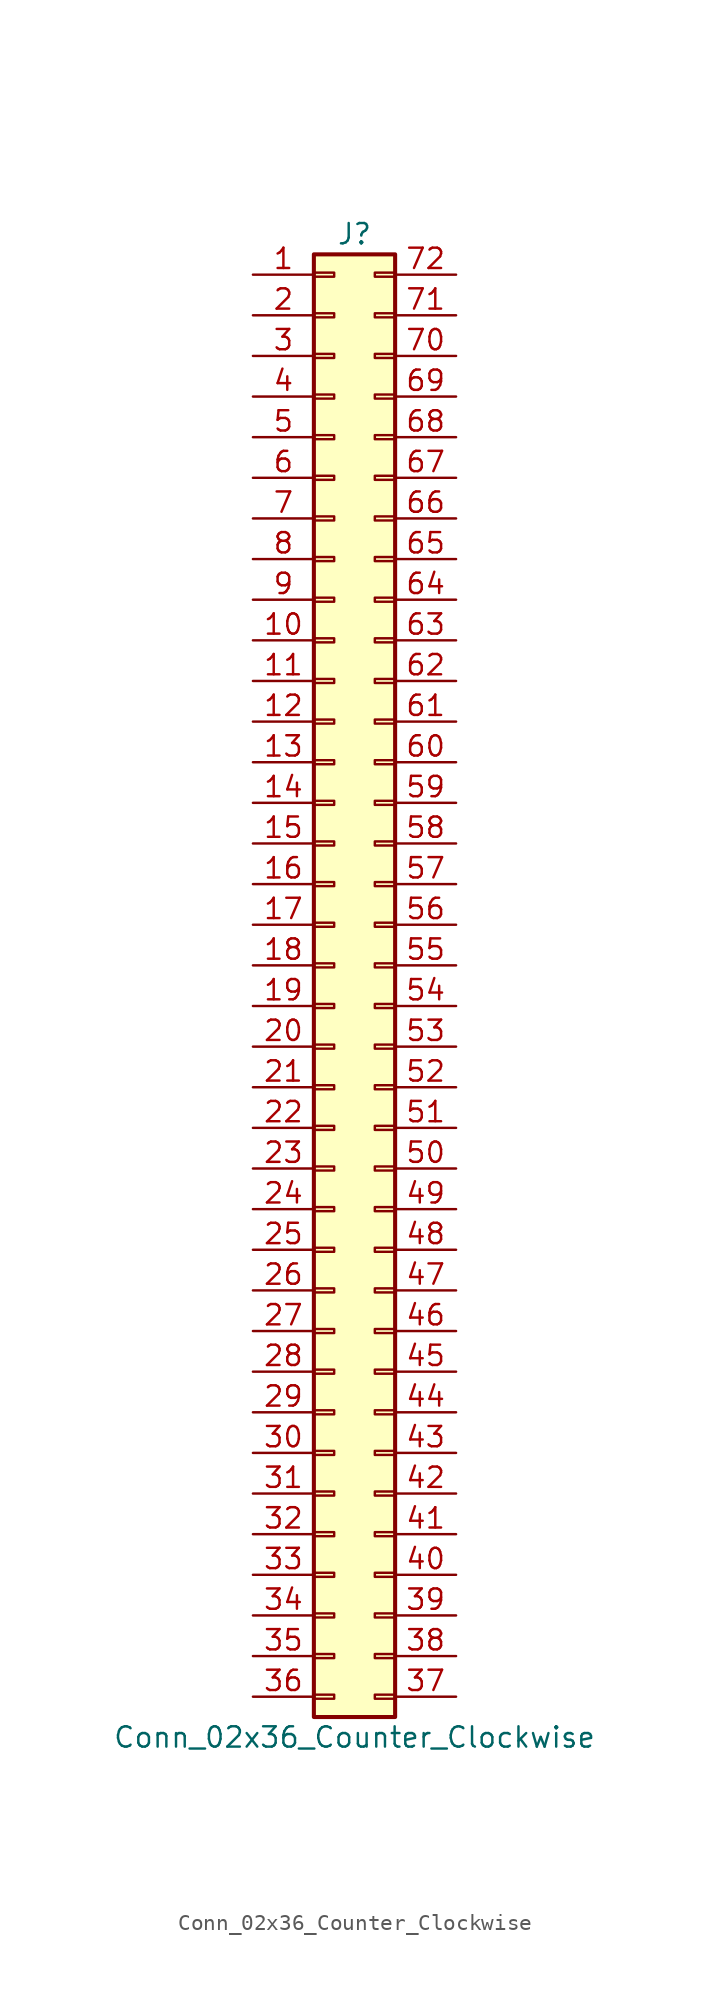
<source format=kicad_sym>
(kicad_symbol_lib
  (version 20220914)
  (generator kicad_symbol_editor)
  (symbol "Conn_02x36_Counter_Clockwise"
    (pin_names
      (offset 1.016) hide)
    (property "Reference" "J"
      (at 1.27 45.72 0)
      (effects (font (size 1.27 1.27))))
    (property "Value" "Conn_02x36_Counter_Clockwise"
      (at 1.27 -48.26 0)
      (effects (font (size 1.27 1.27))))
    (symbol "Conn_02x36_Counter_Clockwise_1_1"
      (rectangle (start -1.27 -45.593) (end 0 -45.847) (stroke (width 0.152) (type solid)) (fill (type none)))
      (rectangle (start -1.27 -43.053) (end 0 -43.307) (stroke (width 0.152) (type solid)) (fill (type none)))
      (rectangle (start -1.27 -40.513) (end 0 -40.767) (stroke (width 0.152) (type solid)) (fill (type none)))
      (rectangle (start -1.27 -37.973) (end 0 -38.227) (stroke (width 0.152) (type solid)) (fill (type none)))
      (rectangle (start -1.27 -35.433) (end 0 -35.687) (stroke (width 0.152) (type solid)) (fill (type none)))
      (rectangle (start -1.27 -32.893) (end 0 -33.147) (stroke (width 0.152) (type solid)) (fill (type none)))
      (rectangle (start -1.27 -30.353) (end 0 -30.607) (stroke (width 0.152) (type solid)) (fill (type none)))
      (rectangle (start -1.27 -27.813) (end 0 -28.067) (stroke (width 0.152) (type solid)) (fill (type none)))
      (rectangle (start -1.27 -25.273) (end 0 -25.527) (stroke (width 0.152) (type solid)) (fill (type none)))
      (rectangle (start -1.27 -22.733) (end 0 -22.987) (stroke (width 0.152) (type solid)) (fill (type none)))
      (rectangle (start -1.27 -20.193) (end 0 -20.447) (stroke (width 0.152) (type solid)) (fill (type none)))
      (rectangle (start -1.27 -17.653) (end 0 -17.907) (stroke (width 0.152) (type solid)) (fill (type none)))
      (rectangle (start -1.27 -15.113) (end 0 -15.367) (stroke (width 0.152) (type solid)) (fill (type none)))
      (rectangle (start -1.27 -12.573) (end 0 -12.827) (stroke (width 0.152) (type solid)) (fill (type none)))
      (rectangle (start -1.27 -10.033) (end 0 -10.287) (stroke (width 0.152) (type solid)) (fill (type none)))
      (rectangle (start -1.27 -7.493) (end 0 -7.747) (stroke (width 0.152) (type solid)) (fill (type none)))
      (rectangle (start -1.27 -4.953) (end 0 -5.207) (stroke (width 0.152) (type solid)) (fill (type none)))
      (rectangle (start -1.27 -2.413) (end 0 -2.667) (stroke (width 0.152) (type solid)) (fill (type none)))
      (rectangle (start -1.27 0.127) (end 0 -0.127) (stroke (width 0.152) (type solid)) (fill (type none)))
      (rectangle (start -1.27 2.667) (end 0 2.413) (stroke (width 0.152) (type solid)) (fill (type none)))
      (rectangle (start -1.27 5.207) (end 0 4.953) (stroke (width 0.152) (type solid)) (fill (type none)))
      (rectangle (start -1.27 7.747) (end 0 7.493) (stroke (width 0.152) (type solid)) (fill (type none)))
      (rectangle (start -1.27 10.287) (end 0 10.033) (stroke (width 0.152) (type solid)) (fill (type none)))
      (rectangle (start -1.27 12.827) (end 0 12.573) (stroke (width 0.152) (type solid)) (fill (type none)))
      (rectangle (start -1.27 15.367) (end 0 15.113) (stroke (width 0.152) (type solid)) (fill (type none)))
      (rectangle (start -1.27 17.907) (end 0 17.653) (stroke (width 0.152) (type solid)) (fill (type none)))
      (rectangle (start -1.27 20.447) (end 0 20.193) (stroke (width 0.152) (type solid)) (fill (type none)))
      (rectangle (start -1.27 22.987) (end 0 22.733) (stroke (width 0.152) (type solid)) (fill (type none)))
      (rectangle (start -1.27 25.527) (end 0 25.273) (stroke (width 0.152) (type solid)) (fill (type none)))
      (rectangle (start -1.27 28.067) (end 0 27.813) (stroke (width 0.152) (type solid)) (fill (type none)))
      (rectangle (start -1.27 30.607) (end 0 30.353) (stroke (width 0.152) (type solid)) (fill (type none)))
      (rectangle (start -1.27 33.147) (end 0 32.893) (stroke (width 0.152) (type solid)) (fill (type none)))
      (rectangle (start -1.27 35.687) (end 0 35.433) (stroke (width 0.152) (type solid)) (fill (type none)))
      (rectangle (start -1.27 38.227) (end 0 37.973) (stroke (width 0.152) (type solid)) (fill (type none)))
      (rectangle (start -1.27 40.767) (end 0 40.513) (stroke (width 0.152) (type solid)) (fill (type none)))
      (rectangle (start -1.27 43.307) (end 0 43.053) (stroke (width 0.152) (type solid)) (fill (type none)))
      (rectangle (start -1.27 44.45) (end 3.81 -46.99) (stroke (width 0.254) (type solid)) (fill (type background)))
      (rectangle (start 3.81 -45.593) (end 2.54 -45.847) (stroke (width 0.152) (type solid)) (fill (type none)))
      (rectangle (start 3.81 -43.053) (end 2.54 -43.307) (stroke (width 0.152) (type solid)) (fill (type none)))
      (rectangle (start 3.81 -40.513) (end 2.54 -40.767) (stroke (width 0.152) (type solid)) (fill (type none)))
      (rectangle (start 3.81 -37.973) (end 2.54 -38.227) (stroke (width 0.152) (type solid)) (fill (type none)))
      (rectangle (start 3.81 -35.433) (end 2.54 -35.687) (stroke (width 0.152) (type solid)) (fill (type none)))
      (rectangle (start 3.81 -32.893) (end 2.54 -33.147) (stroke (width 0.152) (type solid)) (fill (type none)))
      (rectangle (start 3.81 -30.353) (end 2.54 -30.607) (stroke (width 0.152) (type solid)) (fill (type none)))
      (rectangle (start 3.81 -27.813) (end 2.54 -28.067) (stroke (width 0.152) (type solid)) (fill (type none)))
      (rectangle (start 3.81 -25.273) (end 2.54 -25.527) (stroke (width 0.152) (type solid)) (fill (type none)))
      (rectangle (start 3.81 -22.733) (end 2.54 -22.987) (stroke (width 0.152) (type solid)) (fill (type none)))
      (rectangle (start 3.81 -20.193) (end 2.54 -20.447) (stroke (width 0.152) (type solid)) (fill (type none)))
      (rectangle (start 3.81 -17.653) (end 2.54 -17.907) (stroke (width 0.152) (type solid)) (fill (type none)))
      (rectangle (start 3.81 -15.113) (end 2.54 -15.367) (stroke (width 0.152) (type solid)) (fill (type none)))
      (rectangle (start 3.81 -12.573) (end 2.54 -12.827) (stroke (width 0.152) (type solid)) (fill (type none)))
      (rectangle (start 3.81 -10.033) (end 2.54 -10.287) (stroke (width 0.152) (type solid)) (fill (type none)))
      (rectangle (start 3.81 -7.493) (end 2.54 -7.747) (stroke (width 0.152) (type solid)) (fill (type none)))
      (rectangle (start 3.81 -4.953) (end 2.54 -5.207) (stroke (width 0.152) (type solid)) (fill (type none)))
      (rectangle (start 3.81 -2.413) (end 2.54 -2.667) (stroke (width 0.152) (type solid)) (fill (type none)))
      (rectangle (start 3.81 0.127) (end 2.54 -0.127) (stroke (width 0.152) (type solid)) (fill (type none)))
      (rectangle (start 3.81 2.667) (end 2.54 2.413) (stroke (width 0.152) (type solid)) (fill (type none)))
      (rectangle (start 3.81 5.207) (end 2.54 4.953) (stroke (width 0.152) (type solid)) (fill (type none)))
      (rectangle (start 3.81 7.747) (end 2.54 7.493) (stroke (width 0.152) (type solid)) (fill (type none)))
      (rectangle (start 3.81 10.287) (end 2.54 10.033) (stroke (width 0.152) (type solid)) (fill (type none)))
      (rectangle (start 3.81 12.827) (end 2.54 12.573) (stroke (width 0.152) (type solid)) (fill (type none)))
      (rectangle (start 3.81 15.367) (end 2.54 15.113) (stroke (width 0.152) (type solid)) (fill (type none)))
      (rectangle (start 3.81 17.907) (end 2.54 17.653) (stroke (width 0.152) (type solid)) (fill (type none)))
      (rectangle (start 3.81 20.447) (end 2.54 20.193) (stroke (width 0.152) (type solid)) (fill (type none)))
      (rectangle (start 3.81 22.987) (end 2.54 22.733) (stroke (width 0.152) (type solid)) (fill (type none)))
      (rectangle (start 3.81 25.527) (end 2.54 25.273) (stroke (width 0.152) (type solid)) (fill (type none)))
      (rectangle (start 3.81 28.067) (end 2.54 27.813) (stroke (width 0.152) (type solid)) (fill (type none)))
      (rectangle (start 3.81 30.607) (end 2.54 30.353) (stroke (width 0.152) (type solid)) (fill (type none)))
      (rectangle (start 3.81 33.147) (end 2.54 32.893) (stroke (width 0.152) (type solid)) (fill (type none)))
      (rectangle (start 3.81 35.687) (end 2.54 35.433) (stroke (width 0.152) (type solid)) (fill (type none)))
      (rectangle (start 3.81 38.227) (end 2.54 37.973) (stroke (width 0.152) (type solid)) (fill (type none)))
      (rectangle (start 3.81 40.767) (end 2.54 40.513) (stroke (width 0.152) (type solid)) (fill (type none)))
      (rectangle (start 3.81 43.307) (end 2.54 43.053) (stroke (width 0.152) (type solid)) (fill (type none)))
      (pin passive line (at -5.08 43.18 0) (length 3.81) (name "Pin_1" (effects (font (size 1.27 1.27)))) (number "1" (effects (font (size 1.27 1.27)))))
      (pin passive line (at -5.08 20.32 0) (length 3.81) (name "Pin_10" (effects (font (size 1.27 1.27)))) (number "10" (effects (font (size 1.27 1.27)))))
      (pin passive line (at -5.08 17.78 0) (length 3.81) (name "Pin_11" (effects (font (size 1.27 1.27)))) (number "11" (effects (font (size 1.27 1.27)))))
      (pin passive line (at -5.08 15.24 0) (length 3.81) (name "Pin_12" (effects (font (size 1.27 1.27)))) (number "12" (effects (font (size 1.27 1.27)))))
      (pin passive line (at -5.08 12.7 0) (length 3.81) (name "Pin_13" (effects (font (size 1.27 1.27)))) (number "13" (effects (font (size 1.27 1.27)))))
      (pin passive line (at -5.08 10.16 0) (length 3.81) (name "Pin_14" (effects (font (size 1.27 1.27)))) (number "14" (effects (font (size 1.27 1.27)))))
      (pin passive line (at -5.08 7.62 0) (length 3.81) (name "Pin_15" (effects (font (size 1.27 1.27)))) (number "15" (effects (font (size 1.27 1.27)))))
      (pin passive line (at -5.08 5.08 0) (length 3.81) (name "Pin_16" (effects (font (size 1.27 1.27)))) (number "16" (effects (font (size 1.27 1.27)))))
      (pin passive line (at -5.08 2.54 0) (length 3.81) (name "Pin_17" (effects (font (size 1.27 1.27)))) (number "17" (effects (font (size 1.27 1.27)))))
      (pin passive line (at -5.08 0 0) (length 3.81) (name "Pin_18" (effects (font (size 1.27 1.27)))) (number "18" (effects (font (size 1.27 1.27)))))
      (pin passive line (at -5.08 -2.54 0) (length 3.81) (name "Pin_19" (effects (font (size 1.27 1.27)))) (number "19" (effects (font (size 1.27 1.27)))))
      (pin passive line (at -5.08 40.64 0) (length 3.81) (name "Pin_2" (effects (font (size 1.27 1.27)))) (number "2" (effects (font (size 1.27 1.27)))))
      (pin passive line (at -5.08 -5.08 0) (length 3.81) (name "Pin_20" (effects (font (size 1.27 1.27)))) (number "20" (effects (font (size 1.27 1.27)))))
      (pin passive line (at -5.08 -7.62 0) (length 3.81) (name "Pin_21" (effects (font (size 1.27 1.27)))) (number "21" (effects (font (size 1.27 1.27)))))
      (pin passive line (at -5.08 -10.16 0) (length 3.81) (name "Pin_22" (effects (font (size 1.27 1.27)))) (number "22" (effects (font (size 1.27 1.27)))))
      (pin passive line (at -5.08 -12.7 0) (length 3.81) (name "Pin_23" (effects (font (size 1.27 1.27)))) (number "23" (effects (font (size 1.27 1.27)))))
      (pin passive line (at -5.08 -15.24 0) (length 3.81) (name "Pin_24" (effects (font (size 1.27 1.27)))) (number "24" (effects (font (size 1.27 1.27)))))
      (pin passive line (at -5.08 -17.78 0) (length 3.81) (name "Pin_25" (effects (font (size 1.27 1.27)))) (number "25" (effects (font (size 1.27 1.27)))))
      (pin passive line (at -5.08 -20.32 0) (length 3.81) (name "Pin_26" (effects (font (size 1.27 1.27)))) (number "26" (effects (font (size 1.27 1.27)))))
      (pin passive line (at -5.08 -22.86 0) (length 3.81) (name "Pin_27" (effects (font (size 1.27 1.27)))) (number "27" (effects (font (size 1.27 1.27)))))
      (pin passive line (at -5.08 -25.4 0) (length 3.81) (name "Pin_28" (effects (font (size 1.27 1.27)))) (number "28" (effects (font (size 1.27 1.27)))))
      (pin passive line (at -5.08 -27.94 0) (length 3.81) (name "Pin_29" (effects (font (size 1.27 1.27)))) (number "29" (effects (font (size 1.27 1.27)))))
      (pin passive line (at -5.08 38.1 0) (length 3.81) (name "Pin_3" (effects (font (size 1.27 1.27)))) (number "3" (effects (font (size 1.27 1.27)))))
      (pin passive line (at -5.08 -30.48 0) (length 3.81) (name "Pin_30" (effects (font (size 1.27 1.27)))) (number "30" (effects (font (size 1.27 1.27)))))
      (pin passive line (at -5.08 -33.02 0) (length 3.81) (name "Pin_31" (effects (font (size 1.27 1.27)))) (number "31" (effects (font (size 1.27 1.27)))))
      (pin passive line (at -5.08 -35.56 0) (length 3.81) (name "Pin_32" (effects (font (size 1.27 1.27)))) (number "32" (effects (font (size 1.27 1.27)))))
      (pin passive line (at -5.08 -38.1 0) (length 3.81) (name "Pin_33" (effects (font (size 1.27 1.27)))) (number "33" (effects (font (size 1.27 1.27)))))
      (pin passive line (at -5.08 -40.64 0) (length 3.81) (name "Pin_34" (effects (font (size 1.27 1.27)))) (number "34" (effects (font (size 1.27 1.27)))))
      (pin passive line (at -5.08 -43.18 0) (length 3.81) (name "Pin_35" (effects (font (size 1.27 1.27)))) (number "35" (effects (font (size 1.27 1.27)))))
      (pin passive line (at -5.08 -45.72 0) (length 3.81) (name "Pin_36" (effects (font (size 1.27 1.27)))) (number "36" (effects (font (size 1.27 1.27)))))
      (pin passive line (at 7.62 -45.72 180) (length 3.81) (name "Pin_37" (effects (font (size 1.27 1.27)))) (number "37" (effects (font (size 1.27 1.27)))))
      (pin passive line (at 7.62 -43.18 180) (length 3.81) (name "Pin_38" (effects (font (size 1.27 1.27)))) (number "38" (effects (font (size 1.27 1.27)))))
      (pin passive line (at 7.62 -40.64 180) (length 3.81) (name "Pin_39" (effects (font (size 1.27 1.27)))) (number "39" (effects (font (size 1.27 1.27)))))
      (pin passive line (at -5.08 35.56 0) (length 3.81) (name "Pin_4" (effects (font (size 1.27 1.27)))) (number "4" (effects (font (size 1.27 1.27)))))
      (pin passive line (at 7.62 -38.1 180) (length 3.81) (name "Pin_40" (effects (font (size 1.27 1.27)))) (number "40" (effects (font (size 1.27 1.27)))))
      (pin passive line (at 7.62 -35.56 180) (length 3.81) (name "Pin_41" (effects (font (size 1.27 1.27)))) (number "41" (effects (font (size 1.27 1.27)))))
      (pin passive line (at 7.62 -33.02 180) (length 3.81) (name "Pin_42" (effects (font (size 1.27 1.27)))) (number "42" (effects (font (size 1.27 1.27)))))
      (pin passive line (at 7.62 -30.48 180) (length 3.81) (name "Pin_43" (effects (font (size 1.27 1.27)))) (number "43" (effects (font (size 1.27 1.27)))))
      (pin passive line (at 7.62 -27.94 180) (length 3.81) (name "Pin_44" (effects (font (size 1.27 1.27)))) (number "44" (effects (font (size 1.27 1.27)))))
      (pin passive line (at 7.62 -25.4 180) (length 3.81) (name "Pin_45" (effects (font (size 1.27 1.27)))) (number "45" (effects (font (size 1.27 1.27)))))
      (pin passive line (at 7.62 -22.86 180) (length 3.81) (name "Pin_46" (effects (font (size 1.27 1.27)))) (number "46" (effects (font (size 1.27 1.27)))))
      (pin passive line (at 7.62 -20.32 180) (length 3.81) (name "Pin_47" (effects (font (size 1.27 1.27)))) (number "47" (effects (font (size 1.27 1.27)))))
      (pin passive line (at 7.62 -17.78 180) (length 3.81) (name "Pin_48" (effects (font (size 1.27 1.27)))) (number "48" (effects (font (size 1.27 1.27)))))
      (pin passive line (at 7.62 -15.24 180) (length 3.81) (name "Pin_49" (effects (font (size 1.27 1.27)))) (number "49" (effects (font (size 1.27 1.27)))))
      (pin passive line (at -5.08 33.02 0) (length 3.81) (name "Pin_5" (effects (font (size 1.27 1.27)))) (number "5" (effects (font (size 1.27 1.27)))))
      (pin passive line (at 7.62 -12.7 180) (length 3.81) (name "Pin_50" (effects (font (size 1.27 1.27)))) (number "50" (effects (font (size 1.27 1.27)))))
      (pin passive line (at 7.62 -10.16 180) (length 3.81) (name "Pin_51" (effects (font (size 1.27 1.27)))) (number "51" (effects (font (size 1.27 1.27)))))
      (pin passive line (at 7.62 -7.62 180) (length 3.81) (name "Pin_52" (effects (font (size 1.27 1.27)))) (number "52" (effects (font (size 1.27 1.27)))))
      (pin passive line (at 7.62 -5.08 180) (length 3.81) (name "Pin_53" (effects (font (size 1.27 1.27)))) (number "53" (effects (font (size 1.27 1.27)))))
      (pin passive line (at 7.62 -2.54 180) (length 3.81) (name "Pin_54" (effects (font (size 1.27 1.27)))) (number "54" (effects (font (size 1.27 1.27)))))
      (pin passive line (at 7.62 0 180) (length 3.81) (name "Pin_55" (effects (font (size 1.27 1.27)))) (number "55" (effects (font (size 1.27 1.27)))))
      (pin passive line (at 7.62 2.54 180) (length 3.81) (name "Pin_56" (effects (font (size 1.27 1.27)))) (number "56" (effects (font (size 1.27 1.27)))))
      (pin passive line (at 7.62 5.08 180) (length 3.81) (name "Pin_57" (effects (font (size 1.27 1.27)))) (number "57" (effects (font (size 1.27 1.27)))))
      (pin passive line (at 7.62 7.62 180) (length 3.81) (name "Pin_58" (effects (font (size 1.27 1.27)))) (number "58" (effects (font (size 1.27 1.27)))))
      (pin passive line (at 7.62 10.16 180) (length 3.81) (name "Pin_59" (effects (font (size 1.27 1.27)))) (number "59" (effects (font (size 1.27 1.27)))))
      (pin passive line (at -5.08 30.48 0) (length 3.81) (name "Pin_6" (effects (font (size 1.27 1.27)))) (number "6" (effects (font (size 1.27 1.27)))))
      (pin passive line (at 7.62 12.7 180) (length 3.81) (name "Pin_60" (effects (font (size 1.27 1.27)))) (number "60" (effects (font (size 1.27 1.27)))))
      (pin passive line (at 7.62 15.24 180) (length 3.81) (name "Pin_61" (effects (font (size 1.27 1.27)))) (number "61" (effects (font (size 1.27 1.27)))))
      (pin passive line (at 7.62 17.78 180) (length 3.81) (name "Pin_62" (effects (font (size 1.27 1.27)))) (number "62" (effects (font (size 1.27 1.27)))))
      (pin passive line (at 7.62 20.32 180) (length 3.81) (name "Pin_63" (effects (font (size 1.27 1.27)))) (number "63" (effects (font (size 1.27 1.27)))))
      (pin passive line (at 7.62 22.86 180) (length 3.81) (name "Pin_64" (effects (font (size 1.27 1.27)))) (number "64" (effects (font (size 1.27 1.27)))))
      (pin passive line (at 7.62 25.4 180) (length 3.81) (name "Pin_65" (effects (font (size 1.27 1.27)))) (number "65" (effects (font (size 1.27 1.27)))))
      (pin passive line (at 7.62 27.94 180) (length 3.81) (name "Pin_66" (effects (font (size 1.27 1.27)))) (number "66" (effects (font (size 1.27 1.27)))))
      (pin passive line (at 7.62 30.48 180) (length 3.81) (name "Pin_67" (effects (font (size 1.27 1.27)))) (number "67" (effects (font (size 1.27 1.27)))))
      (pin passive line (at 7.62 33.02 180) (length 3.81) (name "Pin_68" (effects (font (size 1.27 1.27)))) (number "68" (effects (font (size 1.27 1.27)))))
      (pin passive line (at 7.62 35.56 180) (length 3.81) (name "Pin_69" (effects (font (size 1.27 1.27)))) (number "69" (effects (font (size 1.27 1.27)))))
      (pin passive line (at -5.08 27.94 0) (length 3.81) (name "Pin_7" (effects (font (size 1.27 1.27)))) (number "7" (effects (font (size 1.27 1.27)))))
      (pin passive line (at 7.62 38.1 180) (length 3.81) (name "Pin_70" (effects (font (size 1.27 1.27)))) (number "70" (effects (font (size 1.27 1.27)))))
      (pin passive line (at 7.62 40.64 180) (length 3.81) (name "Pin_71" (effects (font (size 1.27 1.27)))) (number "71" (effects (font (size 1.27 1.27)))))
      (pin passive line (at 7.62 43.18 180) (length 3.81) (name "Pin_72" (effects (font (size 1.27 1.27)))) (number "72" (effects (font (size 1.27 1.27)))))
      (pin passive line (at -5.08 25.4 0) (length 3.81) (name "Pin_8" (effects (font (size 1.27 1.27)))) (number "8" (effects (font (size 1.27 1.27)))))
      (pin passive line (at -5.08 22.86 0) (length 3.81) (name "Pin_9" (effects (font (size 1.27 1.27)))) (number "9" (effects (font (size 1.27 1.27))))))))
</source>
